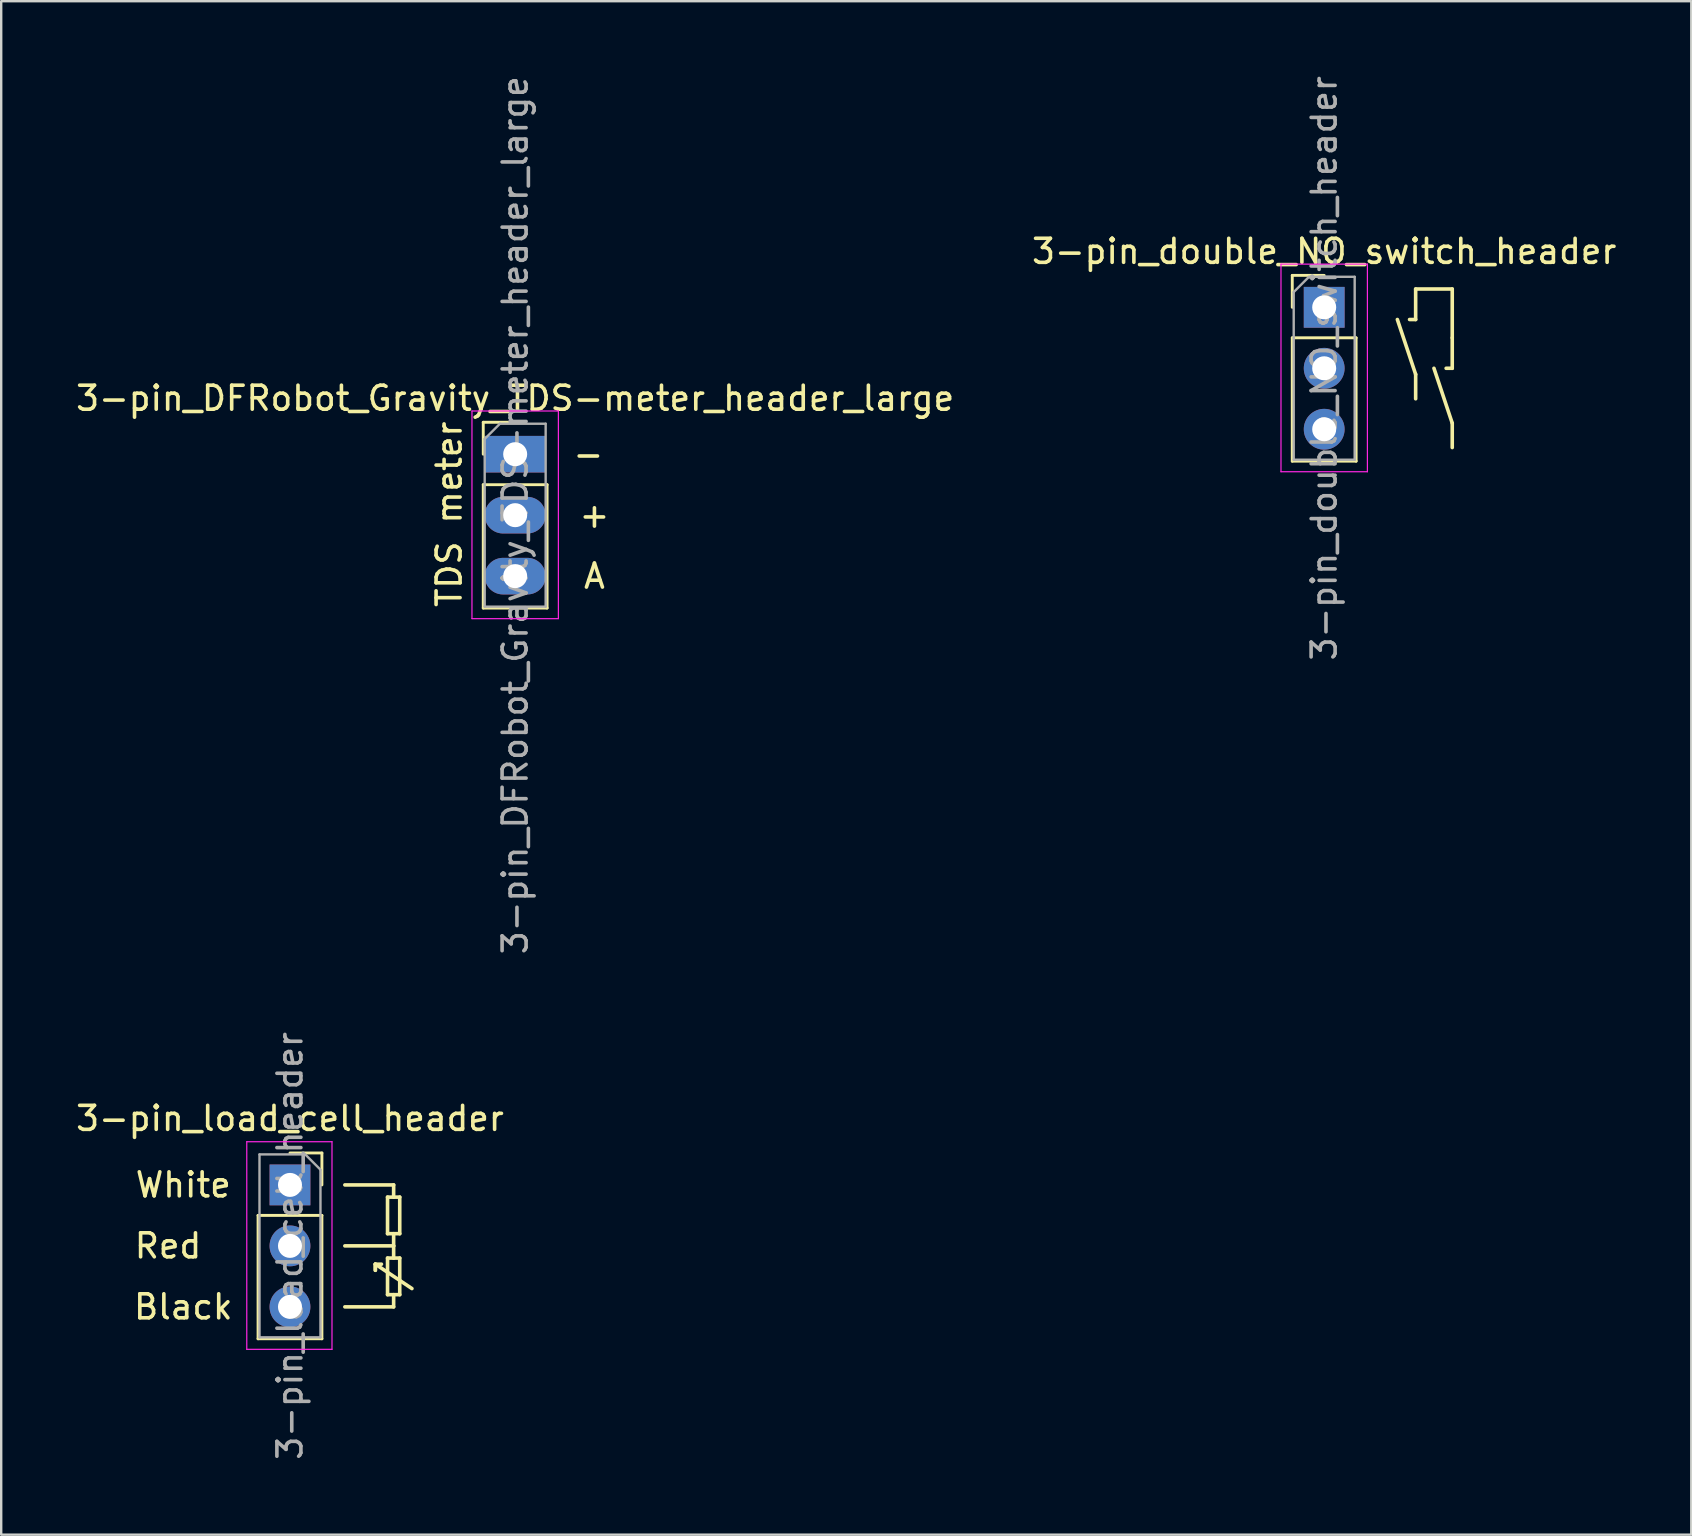
<source format=kicad_pcb>
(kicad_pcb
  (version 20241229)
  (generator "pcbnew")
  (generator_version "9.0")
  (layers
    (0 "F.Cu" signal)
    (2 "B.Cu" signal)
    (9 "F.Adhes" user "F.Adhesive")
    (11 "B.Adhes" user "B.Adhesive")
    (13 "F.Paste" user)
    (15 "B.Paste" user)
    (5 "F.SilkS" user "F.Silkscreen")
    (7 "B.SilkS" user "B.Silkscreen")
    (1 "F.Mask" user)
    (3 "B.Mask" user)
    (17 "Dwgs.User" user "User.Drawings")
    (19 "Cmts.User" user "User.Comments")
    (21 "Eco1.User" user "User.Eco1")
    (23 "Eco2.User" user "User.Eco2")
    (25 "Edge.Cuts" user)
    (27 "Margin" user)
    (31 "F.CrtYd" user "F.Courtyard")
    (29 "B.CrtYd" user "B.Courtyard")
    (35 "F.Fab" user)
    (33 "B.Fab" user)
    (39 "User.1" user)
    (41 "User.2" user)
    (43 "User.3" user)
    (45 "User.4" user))
  (footprint "3-pin_load_cell_header"
    (layer "F.Cu")
    (at 9.03 46.311)
    (property "Reference" "3-pin_load_cell_header" (at 0 -2.77 0) (layer "F.SilkS") (effects (font (size 1 1) (thickness 0.15))))
    (attr through_hole)
    (fp_line (start -1.33 1.27) (end -1.33 6.41) (stroke (width 0.12) (type solid)) (layer "F.SilkS"))
    (fp_line (start -1.33 1.27) (end 1.33 1.27) (stroke (width 0.12) (type solid)) (layer "F.SilkS"))
    (fp_line (start -1.33 6.41) (end 1.33 6.41) (stroke (width 0.12) (type solid)) (layer "F.SilkS"))
    (fp_line (start 0 -1.33) (end 1.33 -1.33) (stroke (width 0.12) (type solid)) (layer "F.SilkS"))
    (fp_line (start 1.33 -1.33) (end 1.33 0) (stroke (width 0.12) (type solid)) (layer "F.SilkS"))
    (fp_line (start 1.33 1.27) (end 1.33 6.41) (stroke (width 0.12) (type solid)) (layer "F.SilkS"))
    (fp_line (start 2.286 0) (end 4.318 0) (stroke (width 0.15) (type solid)) (layer "F.SilkS"))
    (fp_line (start 2.286 2.54) (end 4.318 2.54) (stroke (width 0.15) (type solid)) (layer "F.SilkS"))
    (fp_line (start 2.286 5.08) (end 4.318 5.08) (stroke (width 0.15) (type solid)) (layer "F.SilkS"))
    (fp_line (start 3.556 3.302) (end 3.556 3.556) (stroke (width 0.15) (type solid)) (layer "F.SilkS"))
    (fp_line (start 3.556 3.302) (end 3.81 3.302) (stroke (width 0.15) (type solid)) (layer "F.SilkS"))
    (fp_line (start 3.556 3.302) (end 5.08 4.318) (stroke (width 0.15) (type solid)) (layer "F.SilkS"))
    (fp_line (start 3.556 3.556) (end 3.556 3.302) (stroke (width 0.15) (type solid)) (layer "F.SilkS"))
    (fp_line (start 4.064 0.508) (end 4.064 2.032) (stroke (width 0.15) (type solid)) (layer "F.SilkS"))
    (fp_line (start 4.064 2.032) (end 4.572 2.032) (stroke (width 0.15) (type solid)) (layer "F.SilkS"))
    (fp_line (start 4.064 3.048) (end 4.064 4.572) (stroke (width 0.15) (type solid)) (layer "F.SilkS"))
    (fp_line (start 4.064 4.572) (end 4.572 4.572) (stroke (width 0.15) (type solid)) (layer "F.SilkS"))
    (fp_line (start 4.318 0) (end 4.318 0.508) (stroke (width 0.15) (type solid)) (layer "F.SilkS"))
    (fp_line (start 4.318 2.54) (end 4.318 2.032) (stroke (width 0.15) (type solid)) (layer "F.SilkS"))
    (fp_line (start 4.318 2.54) (end 4.318 3.048) (stroke (width 0.15) (type solid)) (layer "F.SilkS"))
    (fp_line (start 4.318 5.08) (end 4.318 4.572) (stroke (width 0.15) (type solid)) (layer "F.SilkS"))
    (fp_line (start 4.572 0.508) (end 4.064 0.508) (stroke (width 0.15) (type solid)) (layer "F.SilkS"))
    (fp_line (start 4.572 2.032) (end 4.572 0.508) (stroke (width 0.15) (type solid)) (layer "F.SilkS"))
    (fp_line (start 4.572 3.048) (end 4.064 3.048) (stroke (width 0.15) (type solid)) (layer "F.SilkS"))
    (fp_line (start 4.572 4.572) (end 4.572 3.048) (stroke (width 0.15) (type solid)) (layer "F.SilkS"))
    (fp_line (start -1.8 -1.8) (end 1.75 -1.8) (stroke (width 0.05) (type solid)) (layer "F.CrtYd"))
    (fp_line (start -1.8 6.85) (end -1.8 -1.8) (stroke (width 0.05) (type solid)) (layer "F.CrtYd"))
    (fp_line (start 1.75 -1.8) (end 1.75 6.85) (stroke (width 0.05) (type solid)) (layer "F.CrtYd"))
    (fp_line (start 1.75 6.85) (end -1.8 6.85) (stroke (width 0.05) (type solid)) (layer "F.CrtYd"))
    (fp_line (start -1.27 -1.27) (end 0.635 -1.27) (stroke (width 0.1) (type solid)) (layer "F.Fab"))
    (fp_line (start -1.27 6.35) (end -1.27 -1.27) (stroke (width 0.1) (type solid)) (layer "F.Fab"))
    (fp_line (start 0.635 -1.27) (end 1.27 -0.635) (stroke (width 0.1) (type solid)) (layer "F.Fab"))
    (fp_line (start 1.27 -0.635) (end 1.27 6.35) (stroke (width 0.1) (type solid)) (layer "F.Fab"))
    (fp_line (start 1.27 6.35) (end -1.27 6.35) (stroke (width 0.1) (type solid)) (layer "F.Fab"))
    (fp_text user "Red" (at -5.08 2.54 0) (unlocked yes) (layer "F.SilkS") (effects (font (size 1 1) (thickness 0.15))))
    (fp_text user "Black" (at -4.445 5.08 0) (unlocked yes) (layer "F.SilkS") (effects (font (size 1 1) (thickness 0.15))))
    (fp_text user "White" (at -4.445 0 0) (unlocked yes) (layer "F.SilkS") (effects (font (size 1 1) (thickness 0.15))))
    (fp_text user "${REFERENCE}" (at 0 2.54 90) (layer "F.Fab") (effects (font (size 1 1) (thickness 0.15))))
    (pad "1" thru_hole rect (at 0 0) (size 1.7 1.7) (drill 1) (layers "*.Cu" "*.Mask"))
    (pad "2" thru_hole oval (at 0 2.54) (size 1.7 1.7) (drill 1) (layers "*.Cu" "*.Mask"))
    (pad "3" thru_hole oval (at 0 5.08) (size 1.7 1.7) (drill 1) (layers "*.Cu" "*.Mask")))
  (footprint "3-pin_double_NO_switch_header"
    (layer "F.Cu")
    (at 52.113 9.752)
    (property "Reference" "3-pin_double_NO_switch_header" (at 0 -2.33 0) (layer "F.SilkS") (effects (font (size 1 1) (thickness 0.15))))
    (attr through_hole)
    (fp_line (start -1.33 -1.33) (end 0 -1.33) (stroke (width 0.12) (type solid)) (layer "F.SilkS"))
    (fp_line (start -1.33 0) (end -1.33 -1.33) (stroke (width 0.12) (type solid)) (layer "F.SilkS"))
    (fp_line (start -1.33 1.27) (end -1.33 6.41) (stroke (width 0.12) (type solid)) (layer "F.SilkS"))
    (fp_line (start -1.33 1.27) (end 1.33 1.27) (stroke (width 0.12) (type solid)) (layer "F.SilkS"))
    (fp_line (start -1.33 6.41) (end 1.33 6.41) (stroke (width 0.12) (type solid)) (layer "F.SilkS"))
    (fp_line (start 1.33 1.27) (end 1.33 6.41) (stroke (width 0.12) (type solid)) (layer "F.SilkS"))
    (fp_line (start 3.81 -0.762) (end 3.81 0.508) (stroke (width 0.15) (type solid)) (layer "F.SilkS"))
    (fp_line (start 3.81 -0.762) (end 5.334 -0.762) (stroke (width 0.15) (type solid)) (layer "F.SilkS"))
    (fp_line (start 3.81 0.508) (end 3.556 0.508) (stroke (width 0.15) (type solid)) (layer "F.SilkS"))
    (fp_line (start 3.81 2.794) (end 3.048 0.508) (stroke (width 0.15) (type solid)) (layer "F.SilkS"))
    (fp_line (start 3.81 3.81) (end 3.81 2.794) (stroke (width 0.15) (type solid)) (layer "F.SilkS"))
    (fp_line (start 5.334 -0.762) (end 5.334 1.27) (stroke (width 0.15) (type solid)) (layer "F.SilkS"))
    (fp_line (start 5.334 1.27) (end 5.334 2.54) (stroke (width 0.15) (type solid)) (layer "F.SilkS"))
    (fp_line (start 5.334 2.54) (end 5.08 2.54) (stroke (width 0.15) (type solid)) (layer "F.SilkS"))
    (fp_line (start 5.334 4.826) (end 4.572 2.54) (stroke (width 0.15) (type solid)) (layer "F.SilkS"))
    (fp_line (start 5.334 5.842) (end 5.334 4.826) (stroke (width 0.15) (type solid)) (layer "F.SilkS"))
    (fp_line (start -1.8 -1.8) (end -1.8 6.85) (stroke (width 0.05) (type solid)) (layer "F.CrtYd"))
    (fp_line (start -1.8 6.85) (end 1.8 6.85) (stroke (width 0.05) (type solid)) (layer "F.CrtYd"))
    (fp_line (start 1.8 -1.8) (end -1.8 -1.8) (stroke (width 0.05) (type solid)) (layer "F.CrtYd"))
    (fp_line (start 1.8 6.85) (end 1.8 -1.8) (stroke (width 0.05) (type solid)) (layer "F.CrtYd"))
    (fp_line (start -1.27 -0.635) (end -0.635 -1.27) (stroke (width 0.1) (type solid)) (layer "F.Fab"))
    (fp_line (start -1.27 6.35) (end -1.27 -0.635) (stroke (width 0.1) (type solid)) (layer "F.Fab"))
    (fp_line (start -0.635 -1.27) (end 1.27 -1.27) (stroke (width 0.1) (type solid)) (layer "F.Fab"))
    (fp_line (start 1.27 -1.27) (end 1.27 6.35) (stroke (width 0.1) (type solid)) (layer "F.Fab"))
    (fp_line (start 1.27 6.35) (end -1.27 6.35) (stroke (width 0.1) (type solid)) (layer "F.Fab"))
    (fp_text user "${REFERENCE}" (at 0 2.54 90) (layer "F.Fab") (effects (font (size 1 1) (thickness 0.15))))
    (pad "1" thru_hole rect (at 0 0) (size 1.7 1.7) (drill 1) (layers "*.Cu" "*.Mask"))
    (pad "2" thru_hole oval (at 0 2.54) (size 1.7 1.7) (drill 1) (layers "*.Cu" "*.Mask"))
    (pad "3" thru_hole oval (at 0 5.08) (size 1.7 1.7) (drill 1) (layers "*.Cu" "*.Mask")))
  (footprint "3-pin_DFRobot_Gravity_TDS-meter_header_large"
    (layer "F.Cu")
    (at 18.411 15.871)
    (property "Reference" "3-pin_DFRobot_Gravity_TDS-meter_header_large" (at 0 -2.33 0) (layer "F.SilkS") (effects (font (size 1 1) (thickness 0.15))))
    (attr through_hole)
    (fp_line (start -1.33 -1.33) (end 0 -1.33) (stroke (width 0.12) (type solid)) (layer "F.SilkS"))
    (fp_line (start -1.33 0) (end -1.33 -1.33) (stroke (width 0.12) (type solid)) (layer "F.SilkS"))
    (fp_line (start -1.33 1.27) (end -1.33 6.41) (stroke (width 0.12) (type solid)) (layer "F.SilkS"))
    (fp_line (start -1.33 1.27) (end 1.33 1.27) (stroke (width 0.12) (type solid)) (layer "F.SilkS"))
    (fp_line (start -1.33 6.41) (end 1.33 6.41) (stroke (width 0.12) (type solid)) (layer "F.SilkS"))
    (fp_line (start 1.33 1.27) (end 1.33 6.41) (stroke (width 0.12) (type solid)) (layer "F.SilkS"))
    (fp_line (start -1.8 -1.8) (end -1.8 6.85) (stroke (width 0.05) (type solid)) (layer "F.CrtYd"))
    (fp_line (start -1.8 6.85) (end 1.8 6.85) (stroke (width 0.05) (type solid)) (layer "F.CrtYd"))
    (fp_line (start 1.8 -1.8) (end -1.8 -1.8) (stroke (width 0.05) (type solid)) (layer "F.CrtYd"))
    (fp_line (start 1.8 6.85) (end 1.8 -1.8) (stroke (width 0.05) (type solid)) (layer "F.CrtYd"))
    (fp_line (start -1.27 -0.635) (end -0.635 -1.27) (stroke (width 0.1) (type solid)) (layer "F.Fab"))
    (fp_line (start -1.27 6.35) (end -1.27 -0.635) (stroke (width 0.1) (type solid)) (layer "F.Fab"))
    (fp_line (start -0.635 -1.27) (end 1.27 -1.27) (stroke (width 0.1) (type solid)) (layer "F.Fab"))
    (fp_line (start 1.27 -1.27) (end 1.27 6.35) (stroke (width 0.1) (type solid)) (layer "F.Fab"))
    (fp_line (start 1.27 6.35) (end -1.27 6.35) (stroke (width 0.1) (type solid)) (layer "F.Fab"))
    (fp_text user "A" (at 3.302 5.08 0) (layer "F.SilkS") (effects (font (size 1 1) (thickness 0.15))))
    (fp_text user "+" (at 3.302 2.54 0) (layer "F.SilkS") (effects (font (size 1 1) (thickness 0.15))))
    (fp_text user "TDS meter" (at -2.75 2.5 90) (layer "F.SilkS") (effects (font (size 1 1) (thickness 0.15))))
    (fp_text user "-" (at 3.048 0 0) (layer "F.SilkS") (effects (font (size 1 1) (thickness 0.15))))
    (fp_text user "${REFERENCE}" (at 0 2.54 90) (layer "F.Fab") (effects (font (size 1 1) (thickness 0.15))))
    (pad "1" thru_hole rect (at 0 0) (size 2.54 1.524) (drill 1) (layers "*.Cu" "*.Mask"))
    (pad "2" thru_hole oval (at 0 2.54) (size 2.54 1.524) (drill 1) (layers "*.Cu" "*.Mask"))
    (pad "3" thru_hole oval (at 0 5.08) (size 2.54 1.524) (drill 1) (layers "*.Cu" "*.Mask")))
  (gr_rect
    (start -3 -3)
    (end 67.405 60.881)
    (stroke (width 0.1) (type default))
    (fill no)
    (layer "Edge.Cuts")))
</source>
